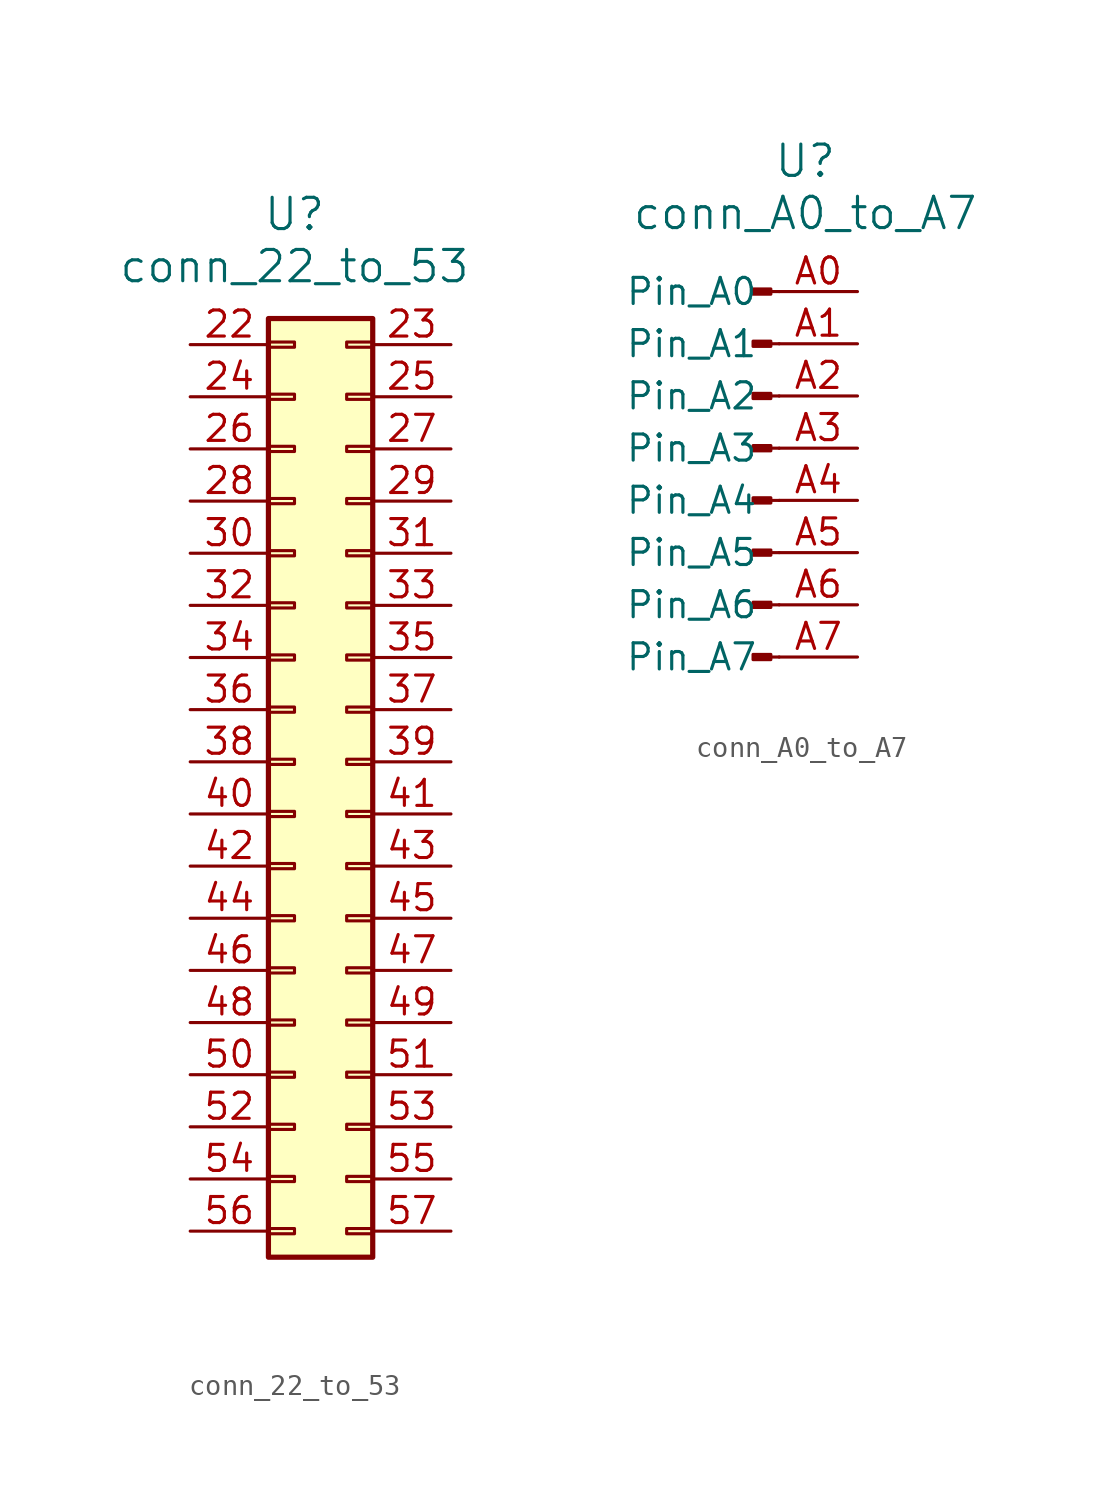
<source format=kicad_sym>
(kicad_symbol_lib
  (version 20211014)
  (generator kicad_symbol_editor)
  (symbol "conn_22_to_53"
    (pin_names
      (offset 1.016) hide)
    (property "Reference" "U"
      (at -1.27 26.67 0)
      (effects (font (size 1.524 1.524))))
    (property "Value" "conn_22_to_53"
      (at -1.27 24.13 0)
      (effects (font (size 1.524 1.524))))
    (symbol "conn_22_to_53_1_1"
      (rectangle (start -2.54 -22.733) (end -1.27 -22.987) (stroke (width 0.152) (type default) (color 0 0 0 0)) (fill (type none)))
      (rectangle (start -2.54 -20.193) (end -1.27 -20.447) (stroke (width 0.152) (type default) (color 0 0 0 0)) (fill (type none)))
      (rectangle (start -2.54 -17.653) (end -1.27 -17.907) (stroke (width 0.152) (type default) (color 0 0 0 0)) (fill (type none)))
      (rectangle (start -2.54 -15.113) (end -1.27 -15.367) (stroke (width 0.152) (type default) (color 0 0 0 0)) (fill (type none)))
      (rectangle (start -2.54 -12.573) (end -1.27 -12.827) (stroke (width 0.152) (type default) (color 0 0 0 0)) (fill (type none)))
      (rectangle (start -2.54 -10.033) (end -1.27 -10.287) (stroke (width 0.152) (type default) (color 0 0 0 0)) (fill (type none)))
      (rectangle (start -2.54 -7.493) (end -1.27 -7.747) (stroke (width 0.152) (type default) (color 0 0 0 0)) (fill (type none)))
      (rectangle (start -2.54 -4.953) (end -1.27 -5.207) (stroke (width 0.152) (type default) (color 0 0 0 0)) (fill (type none)))
      (rectangle (start -2.54 -2.413) (end -1.27 -2.667) (stroke (width 0.152) (type default) (color 0 0 0 0)) (fill (type none)))
      (rectangle (start -2.54 0.127) (end -1.27 -0.127) (stroke (width 0.152) (type default) (color 0 0 0 0)) (fill (type none)))
      (rectangle (start -2.54 2.667) (end -1.27 2.413) (stroke (width 0.152) (type default) (color 0 0 0 0)) (fill (type none)))
      (rectangle (start -2.54 5.207) (end -1.27 4.953) (stroke (width 0.152) (type default) (color 0 0 0 0)) (fill (type none)))
      (rectangle (start -2.54 7.747) (end -1.27 7.493) (stroke (width 0.152) (type default) (color 0 0 0 0)) (fill (type none)))
      (rectangle (start -2.54 10.287) (end -1.27 10.033) (stroke (width 0.152) (type default) (color 0 0 0 0)) (fill (type none)))
      (rectangle (start -2.54 12.827) (end -1.27 12.573) (stroke (width 0.152) (type default) (color 0 0 0 0)) (fill (type none)))
      (rectangle (start -2.54 15.367) (end -1.27 15.113) (stroke (width 0.152) (type default) (color 0 0 0 0)) (fill (type none)))
      (rectangle (start -2.54 17.907) (end -1.27 17.653) (stroke (width 0.152) (type default) (color 0 0 0 0)) (fill (type none)))
      (rectangle (start -2.54 20.447) (end -1.27 20.193) (stroke (width 0.152) (type default) (color 0 0 0 0)) (fill (type none)))
      (rectangle (start -2.54 21.59) (end 2.54 -24.13) (stroke (width 0.254) (type default) (color 0 0 0 0)) (fill (type background)))
      (rectangle (start 2.54 -22.733) (end 1.27 -22.987) (stroke (width 0.152) (type default) (color 0 0 0 0)) (fill (type none)))
      (rectangle (start 2.54 -20.193) (end 1.27 -20.447) (stroke (width 0.152) (type default) (color 0 0 0 0)) (fill (type none)))
      (rectangle (start 2.54 -17.653) (end 1.27 -17.907) (stroke (width 0.152) (type default) (color 0 0 0 0)) (fill (type none)))
      (rectangle (start 2.54 -15.113) (end 1.27 -15.367) (stroke (width 0.152) (type default) (color 0 0 0 0)) (fill (type none)))
      (rectangle (start 2.54 -12.573) (end 1.27 -12.827) (stroke (width 0.152) (type default) (color 0 0 0 0)) (fill (type none)))
      (rectangle (start 2.54 -10.033) (end 1.27 -10.287) (stroke (width 0.152) (type default) (color 0 0 0 0)) (fill (type none)))
      (rectangle (start 2.54 -7.493) (end 1.27 -7.747) (stroke (width 0.152) (type default) (color 0 0 0 0)) (fill (type none)))
      (rectangle (start 2.54 -4.953) (end 1.27 -5.207) (stroke (width 0.152) (type default) (color 0 0 0 0)) (fill (type none)))
      (rectangle (start 2.54 -2.413) (end 1.27 -2.667) (stroke (width 0.152) (type default) (color 0 0 0 0)) (fill (type none)))
      (rectangle (start 2.54 0.127) (end 1.27 -0.127) (stroke (width 0.152) (type default) (color 0 0 0 0)) (fill (type none)))
      (rectangle (start 2.54 2.667) (end 1.27 2.413) (stroke (width 0.152) (type default) (color 0 0 0 0)) (fill (type none)))
      (rectangle (start 2.54 5.207) (end 1.27 4.953) (stroke (width 0.152) (type default) (color 0 0 0 0)) (fill (type none)))
      (rectangle (start 2.54 7.747) (end 1.27 7.493) (stroke (width 0.152) (type default) (color 0 0 0 0)) (fill (type none)))
      (rectangle (start 2.54 10.287) (end 1.27 10.033) (stroke (width 0.152) (type default) (color 0 0 0 0)) (fill (type none)))
      (rectangle (start 2.54 12.827) (end 1.27 12.573) (stroke (width 0.152) (type default) (color 0 0 0 0)) (fill (type none)))
      (rectangle (start 2.54 15.367) (end 1.27 15.113) (stroke (width 0.152) (type default) (color 0 0 0 0)) (fill (type none)))
      (rectangle (start 2.54 17.907) (end 1.27 17.653) (stroke (width 0.152) (type default) (color 0 0 0 0)) (fill (type none)))
      (rectangle (start 2.54 20.447) (end 1.27 20.193) (stroke (width 0.152) (type default) (color 0 0 0 0)) (fill (type none)))
      (pin passive line (at -6.35 20.32 0) (length 3.81) (name "Pin_22" (effects (font (size 1.27 1.27)))) (number "22" (effects (font (size 1.27 1.27)))))
      (pin passive line (at 6.35 20.32 180) (length 3.81) (name "Pin_31" (effects (font (size 1.27 1.27)))) (number "23" (effects (font (size 1.27 1.27)))))
      (pin passive line (at -6.35 17.78 0) (length 3.81) (name "Pin_24" (effects (font (size 1.27 1.27)))) (number "24" (effects (font (size 1.27 1.27)))))
      (pin passive line (at 6.35 17.78 180) (length 3.81) (name "Pin_31" (effects (font (size 1.27 1.27)))) (number "25" (effects (font (size 1.27 1.27)))))
      (pin passive line (at -6.35 15.24 0) (length 3.81) (name "Pin_26" (effects (font (size 1.27 1.27)))) (number "26" (effects (font (size 1.27 1.27)))))
      (pin passive line (at 6.35 15.24 180) (length 3.81) (name "Pin_31" (effects (font (size 1.27 1.27)))) (number "27" (effects (font (size 1.27 1.27)))))
      (pin passive line (at -6.35 12.7 0) (length 3.81) (name "Pin_28" (effects (font (size 1.27 1.27)))) (number "28" (effects (font (size 1.27 1.27)))))
      (pin passive line (at 6.35 12.7 180) (length 3.81) (name "Pin_31" (effects (font (size 1.27 1.27)))) (number "29" (effects (font (size 1.27 1.27)))))
      (pin passive line (at -6.35 10.16 0) (length 3.81) (name "Pin_30" (effects (font (size 1.27 1.27)))) (number "30" (effects (font (size 1.27 1.27)))))
      (pin passive line (at 6.35 10.16 180) (length 3.81) (name "Pin_31" (effects (font (size 1.27 1.27)))) (number "31" (effects (font (size 1.27 1.27)))))
      (pin passive line (at -6.35 7.62 0) (length 3.81) (name "Pin_32" (effects (font (size 1.27 1.27)))) (number "32" (effects (font (size 1.27 1.27)))))
      (pin passive line (at 6.35 7.62 180) (length 3.81) (name "Pin_12" (effects (font (size 1.27 1.27)))) (number "33" (effects (font (size 1.27 1.27)))))
      (pin passive line (at -6.35 5.08 0) (length 3.81) (name "Pin_34" (effects (font (size 1.27 1.27)))) (number "34" (effects (font (size 1.27 1.27)))))
      (pin passive line (at 6.35 5.08 180) (length 3.81) (name "Pin_14" (effects (font (size 1.27 1.27)))) (number "35" (effects (font (size 1.27 1.27)))))
      (pin passive line (at -6.35 2.54 0) (length 3.81) (name "Pin_36" (effects (font (size 1.27 1.27)))) (number "36" (effects (font (size 1.27 1.27)))))
      (pin passive line (at 6.35 2.54 180) (length 3.81) (name "Pin_16" (effects (font (size 1.27 1.27)))) (number "37" (effects (font (size 1.27 1.27)))))
      (pin passive line (at -6.35 0 0) (length 3.81) (name "Pin_38" (effects (font (size 1.27 1.27)))) (number "38" (effects (font (size 1.27 1.27)))))
      (pin passive line (at 6.35 0 180) (length 3.81) (name "Pin_18" (effects (font (size 1.27 1.27)))) (number "39" (effects (font (size 1.27 1.27)))))
      (pin passive line (at -6.35 -2.54 0) (length 3.81) (name "Pin_40" (effects (font (size 1.27 1.27)))) (number "40" (effects (font (size 1.27 1.27)))))
      (pin passive line (at 6.35 -2.54 180) (length 3.81) (name "Pin_20" (effects (font (size 1.27 1.27)))) (number "41" (effects (font (size 1.27 1.27)))))
      (pin passive line (at -6.35 -5.08 0) (length 3.81) (name "Pin_42" (effects (font (size 1.27 1.27)))) (number "42" (effects (font (size 1.27 1.27)))))
      (pin passive line (at 6.35 -5.08 180) (length 3.81) (name "Pin_22" (effects (font (size 1.27 1.27)))) (number "43" (effects (font (size 1.27 1.27)))))
      (pin passive line (at -6.35 -7.62 0) (length 3.81) (name "Pin_44" (effects (font (size 1.27 1.27)))) (number "44" (effects (font (size 1.27 1.27)))))
      (pin passive line (at 6.35 -7.62 180) (length 3.81) (name "Pin_24" (effects (font (size 1.27 1.27)))) (number "45" (effects (font (size 1.27 1.27)))))
      (pin passive line (at -6.35 -10.16 0) (length 3.81) (name "Pin_46" (effects (font (size 1.27 1.27)))) (number "46" (effects (font (size 1.27 1.27)))))
      (pin passive line (at 6.35 -10.16 180) (length 3.81) (name "Pin_26" (effects (font (size 1.27 1.27)))) (number "47" (effects (font (size 1.27 1.27)))))
      (pin passive line (at -6.35 -12.7 0) (length 3.81) (name "Pin_48" (effects (font (size 1.27 1.27)))) (number "48" (effects (font (size 1.27 1.27)))))
      (pin passive line (at 6.35 -12.7 180) (length 3.81) (name "Pin_28" (effects (font (size 1.27 1.27)))) (number "49" (effects (font (size 1.27 1.27)))))
      (pin passive line (at -6.35 -15.24 0) (length 3.81) (name "Pin_50" (effects (font (size 1.27 1.27)))) (number "50" (effects (font (size 1.27 1.27)))))
      (pin passive line (at 6.35 -15.24 180) (length 3.81) (name "Pin_30" (effects (font (size 1.27 1.27)))) (number "51" (effects (font (size 1.27 1.27)))))
      (pin passive line (at -6.35 -17.78 0) (length 3.81) (name "Pin_52" (effects (font (size 1.27 1.27)))) (number "52" (effects (font (size 1.27 1.27)))))
      (pin passive line (at 6.35 -17.78 180) (length 3.81) (name "Pin_32" (effects (font (size 1.27 1.27)))) (number "53" (effects (font (size 1.27 1.27)))))
      (pin passive line (at -6.35 -20.32 0) (length 3.81) (name "Pin_54" (effects (font (size 1.27 1.27)))) (number "54" (effects (font (size 1.27 1.27)))))
      (pin passive line (at 6.35 -20.32 180) (length 3.81) (name "Pin_55" (effects (font (size 1.27 1.27)))) (number "55" (effects (font (size 1.27 1.27)))))
      (pin passive line (at -6.35 -22.86 0) (length 3.81) (name "Pin_56" (effects (font (size 1.27 1.27)))) (number "56" (effects (font (size 1.27 1.27)))))
      (pin passive line (at 6.35 -22.86 180) (length 3.81) (name "Pin_57" (effects (font (size 1.27 1.27)))) (number "57" (effects (font (size 1.27 1.27)))))))
  (symbol "conn_A0_to_A7"
    (pin_names
      (offset 1.016))
    (property "Reference" "U"
      (at 0 15.24 0)
      (effects (font (size 1.524 1.524))))
    (property "Value" "conn_A0_to_A7"
      (at 0 12.7 0)
      (effects (font (size 1.524 1.524))))
    (symbol "conn_A0_to_A7_1_1"
      (rectangle (start -1.676 -8.763) (end -2.54 -9.017) (stroke (width 0.152) (type default) (color 0 0 0 0)) (fill (type outline)))
      (rectangle (start -1.676 -6.223) (end -2.54 -6.477) (stroke (width 0.152) (type default) (color 0 0 0 0)) (fill (type outline)))
      (rectangle (start -1.676 -3.683) (end -2.54 -3.937) (stroke (width 0.152) (type default) (color 0 0 0 0)) (fill (type outline)))
      (rectangle (start -1.676 -1.143) (end -2.54 -1.397) (stroke (width 0.152) (type default) (color 0 0 0 0)) (fill (type outline)))
      (rectangle (start -1.676 1.397) (end -2.54 1.143) (stroke (width 0.152) (type default) (color 0 0 0 0)) (fill (type outline)))
      (rectangle (start -1.676 3.937) (end -2.54 3.683) (stroke (width 0.152) (type default) (color 0 0 0 0)) (fill (type outline)))
      (rectangle (start -1.676 6.477) (end -2.54 6.223) (stroke (width 0.152) (type default) (color 0 0 0 0)) (fill (type outline)))
      (rectangle (start -1.676 9.017) (end -2.54 8.763) (stroke (width 0.152) (type default) (color 0 0 0 0)) (fill (type outline)))
      (polyline (pts (xy -1.27 -8.89) (xy -1.676 -8.89)) (stroke (width 0.152) (type default) (color 0 0 0 0)) (fill (type none)))
      (polyline (pts (xy -1.27 -6.35) (xy -1.676 -6.35)) (stroke (width 0.152) (type default) (color 0 0 0 0)) (fill (type none)))
      (polyline (pts (xy -1.27 -3.81) (xy -1.676 -3.81)) (stroke (width 0.152) (type default) (color 0 0 0 0)) (fill (type none)))
      (polyline (pts (xy -1.27 -1.27) (xy -1.676 -1.27)) (stroke (width 0.152) (type default) (color 0 0 0 0)) (fill (type none)))
      (polyline (pts (xy -1.27 1.27) (xy -1.676 1.27)) (stroke (width 0.152) (type default) (color 0 0 0 0)) (fill (type none)))
      (polyline (pts (xy -1.27 3.81) (xy -1.676 3.81)) (stroke (width 0.152) (type default) (color 0 0 0 0)) (fill (type none)))
      (polyline (pts (xy -1.27 6.35) (xy -1.676 6.35)) (stroke (width 0.152) (type default) (color 0 0 0 0)) (fill (type none)))
      (polyline (pts (xy -1.27 8.89) (xy -1.676 8.89)) (stroke (width 0.152) (type default) (color 0 0 0 0)) (fill (type none)))
      (pin passive line (at 2.54 8.89 180) (length 3.81) (name "Pin_A0" (effects (font (size 1.27 1.27)))) (number "A0" (effects (font (size 1.27 1.27)))))
      (pin passive line (at 2.54 6.35 180) (length 3.81) (name "Pin_A1" (effects (font (size 1.27 1.27)))) (number "A1" (effects (font (size 1.27 1.27)))))
      (pin passive line (at 2.54 3.81 180) (length 3.81) (name "Pin_A2" (effects (font (size 1.27 1.27)))) (number "A2" (effects (font (size 1.27 1.27)))))
      (pin passive line (at 2.54 1.27 180) (length 3.81) (name "Pin_A3" (effects (font (size 1.27 1.27)))) (number "A3" (effects (font (size 1.27 1.27)))))
      (pin passive line (at 2.54 -1.27 180) (length 3.81) (name "Pin_A4" (effects (font (size 1.27 1.27)))) (number "A4" (effects (font (size 1.27 1.27)))))
      (pin passive line (at 2.54 -3.81 180) (length 3.81) (name "Pin_A5" (effects (font (size 1.27 1.27)))) (number "A5" (effects (font (size 1.27 1.27)))))
      (pin passive line (at 2.54 -6.35 180) (length 3.81) (name "Pin_A6" (effects (font (size 1.27 1.27)))) (number "A6" (effects (font (size 1.27 1.27)))))
      (pin passive line (at 2.54 -8.89 180) (length 3.81) (name "Pin_A7" (effects (font (size 1.27 1.27)))) (number "A7" (effects (font (size 1.27 1.27))))))))
</source>
